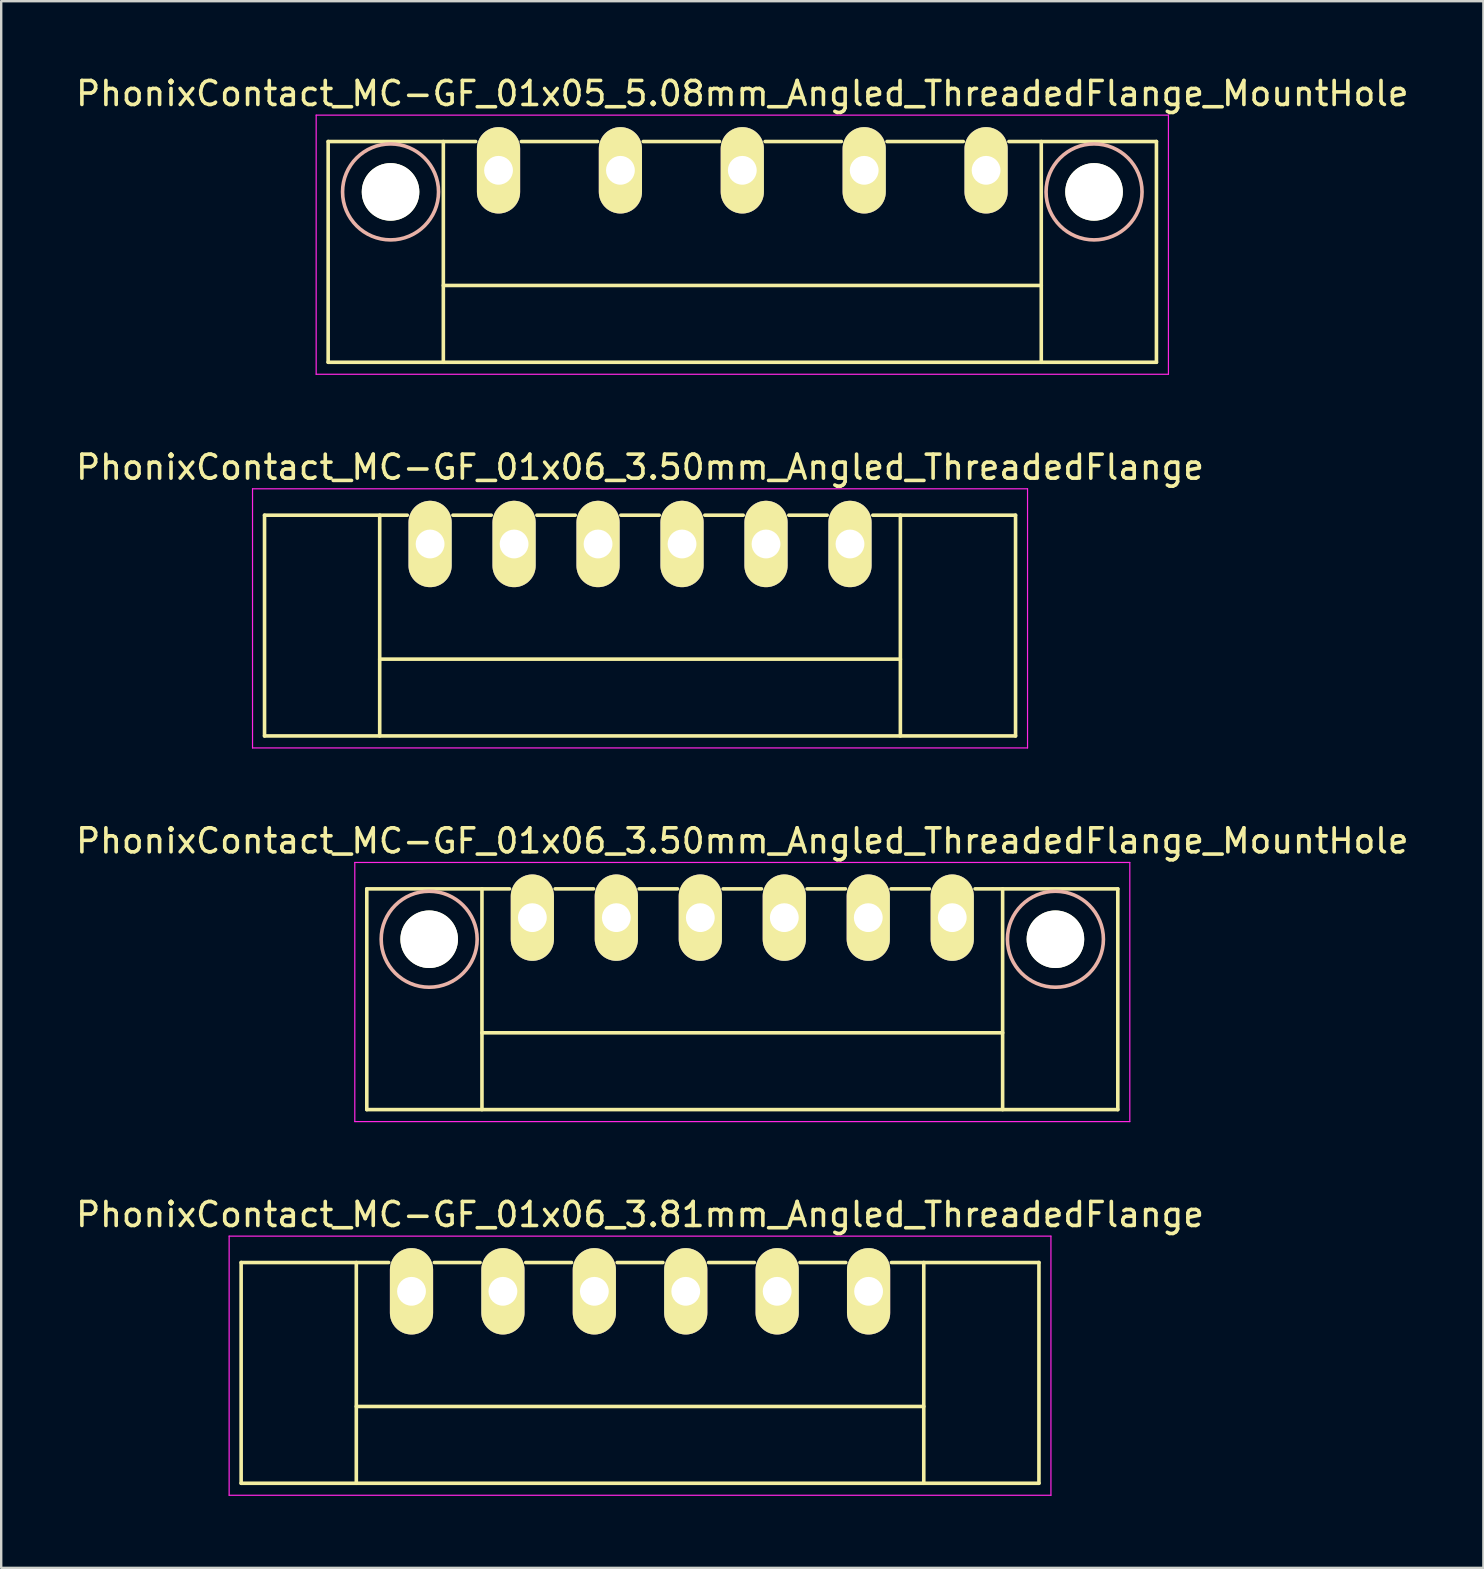
<source format=kicad_pcb>
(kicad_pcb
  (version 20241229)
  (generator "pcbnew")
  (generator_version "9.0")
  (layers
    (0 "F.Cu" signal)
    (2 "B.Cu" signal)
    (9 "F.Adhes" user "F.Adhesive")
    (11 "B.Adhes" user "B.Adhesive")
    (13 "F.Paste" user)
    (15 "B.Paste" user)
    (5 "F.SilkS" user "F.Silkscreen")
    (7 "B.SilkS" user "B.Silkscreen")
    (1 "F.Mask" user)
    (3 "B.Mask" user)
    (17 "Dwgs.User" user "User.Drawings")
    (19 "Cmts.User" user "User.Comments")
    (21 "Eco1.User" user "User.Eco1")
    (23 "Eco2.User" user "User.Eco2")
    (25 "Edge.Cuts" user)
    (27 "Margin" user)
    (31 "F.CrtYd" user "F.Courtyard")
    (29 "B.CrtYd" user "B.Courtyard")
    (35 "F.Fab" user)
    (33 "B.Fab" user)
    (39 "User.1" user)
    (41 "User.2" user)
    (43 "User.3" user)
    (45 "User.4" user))
  (footprint "PhonixContact_MC-GF_01x05_5.08mm_Angled_ThreadedFlange_MountHole"
    (layer "F.Cu")
    (at 17.727 4.048)
    (property "Reference" "PhonixContact_MC-GF_01x05_5.08mm_Angled_ThreadedFlange_MountHole" (at 10.16 -3.2 0) (layer "F.SilkS") (effects (font (size 1 1) (thickness 0.15))))
    (attr through_hole)
    (fp_line (start -7.1 -1.2) (end -7.1 8) (stroke (width 0.15) (type solid)) (layer "F.SilkS"))
    (fp_line (start -7.1 -1.2) (end -0.95 -1.2) (stroke (width 0.15) (type solid)) (layer "F.SilkS"))
    (fp_line (start -7.1 8) (end 27.42 8) (stroke (width 0.15) (type solid)) (layer "F.SilkS"))
    (fp_line (start -2.3 -1.2) (end -2.3 8) (stroke (width 0.15) (type solid)) (layer "F.SilkS"))
    (fp_line (start -2.3 4.8) (end 22.62 4.8) (stroke (width 0.15) (type solid)) (layer "F.SilkS"))
    (fp_line (start 0.95 -1.2) (end 4.13 -1.2) (stroke (width 0.15) (type solid)) (layer "F.SilkS"))
    (fp_line (start 6.03 -1.2) (end 9.21 -1.2) (stroke (width 0.15) (type solid)) (layer "F.SilkS"))
    (fp_line (start 11.11 -1.2) (end 14.29 -1.2) (stroke (width 0.15) (type solid)) (layer "F.SilkS"))
    (fp_line (start 16.19 -1.2) (end 19.37 -1.2) (stroke (width 0.15) (type solid)) (layer "F.SilkS"))
    (fp_line (start 22.62 -1.2) (end 22.62 8) (stroke (width 0.15) (type solid)) (layer "F.SilkS"))
    (fp_line (start 27.42 -1.2) (end 21.27 -1.2) (stroke (width 0.15) (type solid)) (layer "F.SilkS"))
    (fp_line (start 27.42 8) (end 27.42 -1.2) (stroke (width 0.15) (type solid)) (layer "F.SilkS"))
    (fp_circle (center -4.5 0.9) (end -2.5 0.9) (stroke (width 0.15) (type solid)) (fill no) (layer "B.SilkS"))
    (fp_circle (center 24.82 0.9) (end 26.82 0.9) (stroke (width 0.15) (type solid)) (fill no) (layer "B.SilkS"))
    (fp_line (start -7.6 -2.3) (end -7.6 8.5) (stroke (width 0.05) (type solid)) (layer "F.CrtYd"))
    (fp_line (start -7.6 8.5) (end 27.92 8.5) (stroke (width 0.05) (type solid)) (layer "F.CrtYd"))
    (fp_line (start 27.92 -2.3) (end -7.6 -2.3) (stroke (width 0.05) (type solid)) (layer "F.CrtYd"))
    (fp_line (start 27.92 8.5) (end 27.92 -2.3) (stroke (width 0.05) (type solid)) (layer "F.CrtYd"))
    (pad "" np_thru_hole circle (at -4.5 0.9) (size 2.4 2.4) (drill 2.4) (layers "*.Cu" "*.Mask" "F.SilkS"))
    (pad "" np_thru_hole circle (at 24.82 0.9) (size 2.4 2.4) (drill 2.4) (layers "*.Cu" "*.Mask" "F.SilkS"))
    (pad "1" thru_hole oval (at 0 0) (size 1.8 3.6) (drill 1.2) (layers "*.Cu" "*.Mask" "F.SilkS"))
    (pad "2" thru_hole oval (at 5.08 0) (size 1.8 3.6) (drill 1.2) (layers "*.Cu" "*.Mask" "F.SilkS"))
    (pad "3" thru_hole oval (at 10.16 0) (size 1.8 3.6) (drill 1.2) (layers "*.Cu" "*.Mask" "F.SilkS"))
    (pad "4" thru_hole oval (at 15.24 0) (size 1.8 3.6) (drill 1.2) (layers "*.Cu" "*.Mask" "F.SilkS"))
    (pad "5" thru_hole oval (at 20.32 0) (size 1.8 3.6) (drill 1.2) (layers "*.Cu" "*.Mask" "F.SilkS")))
  (footprint "PhonixContact_MC-GF_01x06_3.50mm_Angled_ThreadedFlange_MountHole"
    (layer "F.Cu")
    (at 19.137 35.195)
    (property "Reference" "PhonixContact_MC-GF_01x06_3.50mm_Angled_ThreadedFlange_MountHole" (at 8.75 -3.2 0) (layer "F.SilkS") (effects (font (size 1 1) (thickness 0.15))))
    (attr through_hole)
    (fp_line (start -6.9 -1.2) (end -6.9 8) (stroke (width 0.15) (type solid)) (layer "F.SilkS"))
    (fp_line (start -6.9 -1.2) (end -0.95 -1.2) (stroke (width 0.15) (type solid)) (layer "F.SilkS"))
    (fp_line (start -6.9 8) (end 24.4 8) (stroke (width 0.15) (type solid)) (layer "F.SilkS"))
    (fp_line (start -2.1 -1.2) (end -2.1 8) (stroke (width 0.15) (type solid)) (layer "F.SilkS"))
    (fp_line (start -2.1 4.8) (end 19.6 4.8) (stroke (width 0.15) (type solid)) (layer "F.SilkS"))
    (fp_line (start 0.95 -1.2) (end 2.55 -1.2) (stroke (width 0.15) (type solid)) (layer "F.SilkS"))
    (fp_line (start 4.45 -1.2) (end 6.05 -1.2) (stroke (width 0.15) (type solid)) (layer "F.SilkS"))
    (fp_line (start 7.95 -1.2) (end 9.55 -1.2) (stroke (width 0.15) (type solid)) (layer "F.SilkS"))
    (fp_line (start 11.45 -1.2) (end 13.05 -1.2) (stroke (width 0.15) (type solid)) (layer "F.SilkS"))
    (fp_line (start 14.95 -1.2) (end 16.55 -1.2) (stroke (width 0.15) (type solid)) (layer "F.SilkS"))
    (fp_line (start 19.6 -1.2) (end 19.6 8) (stroke (width 0.15) (type solid)) (layer "F.SilkS"))
    (fp_line (start 24.4 -1.2) (end 18.45 -1.2) (stroke (width 0.15) (type solid)) (layer "F.SilkS"))
    (fp_line (start 24.4 8) (end 24.4 -1.2) (stroke (width 0.15) (type solid)) (layer "F.SilkS"))
    (fp_circle (center -4.3 0.9) (end -2.3 0.9) (stroke (width 0.15) (type solid)) (fill no) (layer "B.SilkS"))
    (fp_circle (center 21.8 0.9) (end 23.8 0.9) (stroke (width 0.15) (type solid)) (fill no) (layer "B.SilkS"))
    (fp_line (start -7.4 -2.3) (end -7.4 8.5) (stroke (width 0.05) (type solid)) (layer "F.CrtYd"))
    (fp_line (start -7.4 8.5) (end 24.9 8.5) (stroke (width 0.05) (type solid)) (layer "F.CrtYd"))
    (fp_line (start 24.9 -2.3) (end -7.4 -2.3) (stroke (width 0.05) (type solid)) (layer "F.CrtYd"))
    (fp_line (start 24.9 8.5) (end 24.9 -2.3) (stroke (width 0.05) (type solid)) (layer "F.CrtYd"))
    (pad "" np_thru_hole circle (at -4.3 0.9) (size 2.4 2.4) (drill 2.4) (layers "*.Cu" "*.Mask" "F.SilkS"))
    (pad "" np_thru_hole circle (at 21.8 0.9) (size 2.4 2.4) (drill 2.4) (layers "*.Cu" "*.Mask" "F.SilkS"))
    (pad "1" thru_hole oval (at 0 0) (size 1.8 3.6) (drill 1.2) (layers "*.Cu" "*.Mask" "F.SilkS"))
    (pad "2" thru_hole oval (at 3.5 0) (size 1.8 3.6) (drill 1.2) (layers "*.Cu" "*.Mask" "F.SilkS"))
    (pad "3" thru_hole oval (at 7 0) (size 1.8 3.6) (drill 1.2) (layers "*.Cu" "*.Mask" "F.SilkS"))
    (pad "4" thru_hole oval (at 10.5 0) (size 1.8 3.6) (drill 1.2) (layers "*.Cu" "*.Mask" "F.SilkS"))
    (pad "5" thru_hole oval (at 14 0) (size 1.8 3.6) (drill 1.2) (layers "*.Cu" "*.Mask" "F.SilkS"))
    (pad "6" thru_hole oval (at 17.5 0) (size 1.8 3.6) (drill 1.2) (layers "*.Cu" "*.Mask" "F.SilkS")))
  (footprint "PhonixContact_MC-GF_01x06_3.50mm_Angled_ThreadedFlange"
    (layer "F.Cu")
    (at 14.875 19.622)
    (property "Reference" "PhonixContact_MC-GF_01x06_3.50mm_Angled_ThreadedFlange" (at 8.75 -3.2 0) (layer "F.SilkS") (effects (font (size 1 1) (thickness 0.15))))
    (attr through_hole)
    (fp_line (start -6.9 -1.2) (end -6.9 8) (stroke (width 0.15) (type solid)) (layer "F.SilkS"))
    (fp_line (start -6.9 -1.2) (end -0.95 -1.2) (stroke (width 0.15) (type solid)) (layer "F.SilkS"))
    (fp_line (start -6.9 8) (end 24.4 8) (stroke (width 0.15) (type solid)) (layer "F.SilkS"))
    (fp_line (start -2.1 -1.2) (end -2.1 8) (stroke (width 0.15) (type solid)) (layer "F.SilkS"))
    (fp_line (start -2.1 4.8) (end 19.6 4.8) (stroke (width 0.15) (type solid)) (layer "F.SilkS"))
    (fp_line (start 0.95 -1.2) (end 2.55 -1.2) (stroke (width 0.15) (type solid)) (layer "F.SilkS"))
    (fp_line (start 4.45 -1.2) (end 6.05 -1.2) (stroke (width 0.15) (type solid)) (layer "F.SilkS"))
    (fp_line (start 7.95 -1.2) (end 9.55 -1.2) (stroke (width 0.15) (type solid)) (layer "F.SilkS"))
    (fp_line (start 11.45 -1.2) (end 13.05 -1.2) (stroke (width 0.15) (type solid)) (layer "F.SilkS"))
    (fp_line (start 14.95 -1.2) (end 16.55 -1.2) (stroke (width 0.15) (type solid)) (layer "F.SilkS"))
    (fp_line (start 19.6 -1.2) (end 19.6 8) (stroke (width 0.15) (type solid)) (layer "F.SilkS"))
    (fp_line (start 24.4 -1.2) (end 18.45 -1.2) (stroke (width 0.15) (type solid)) (layer "F.SilkS"))
    (fp_line (start 24.4 8) (end 24.4 -1.2) (stroke (width 0.15) (type solid)) (layer "F.SilkS"))
    (fp_line (start -7.4 -2.3) (end -7.4 8.5) (stroke (width 0.05) (type solid)) (layer "F.CrtYd"))
    (fp_line (start -7.4 8.5) (end 24.9 8.5) (stroke (width 0.05) (type solid)) (layer "F.CrtYd"))
    (fp_line (start 24.9 -2.3) (end -7.4 -2.3) (stroke (width 0.05) (type solid)) (layer "F.CrtYd"))
    (fp_line (start 24.9 8.5) (end 24.9 -2.3) (stroke (width 0.05) (type solid)) (layer "F.CrtYd"))
    (pad "1" thru_hole oval (at 0 0) (size 1.8 3.6) (drill 1.2) (layers "*.Cu" "*.Mask" "F.SilkS"))
    (pad "2" thru_hole oval (at 3.5 0) (size 1.8 3.6) (drill 1.2) (layers "*.Cu" "*.Mask" "F.SilkS"))
    (pad "3" thru_hole oval (at 7 0) (size 1.8 3.6) (drill 1.2) (layers "*.Cu" "*.Mask" "F.SilkS"))
    (pad "4" thru_hole oval (at 10.5 0) (size 1.8 3.6) (drill 1.2) (layers "*.Cu" "*.Mask" "F.SilkS"))
    (pad "5" thru_hole oval (at 14 0) (size 1.8 3.6) (drill 1.2) (layers "*.Cu" "*.Mask" "F.SilkS"))
    (pad "6" thru_hole oval (at 17.5 0) (size 1.8 3.6) (drill 1.2) (layers "*.Cu" "*.Mask" "F.SilkS")))
  (footprint "PhonixContact_MC-GF_01x06_3.81mm_Angled_ThreadedFlange"
    (layer "F.Cu")
    (at 14.1 50.768)
    (property "Reference" "PhonixContact_MC-GF_01x06_3.81mm_Angled_ThreadedFlange" (at 9.525 -3.2 0) (layer "F.SilkS") (effects (font (size 1 1) (thickness 0.15))))
    (attr through_hole)
    (fp_line (start -7.1 -1.2) (end -7.1 8) (stroke (width 0.15) (type solid)) (layer "F.SilkS"))
    (fp_line (start -7.1 -1.2) (end -0.95 -1.2) (stroke (width 0.15) (type solid)) (layer "F.SilkS"))
    (fp_line (start -7.1 8) (end 26.15 8) (stroke (width 0.15) (type solid)) (layer "F.SilkS"))
    (fp_line (start -2.3 -1.2) (end -2.3 8) (stroke (width 0.15) (type solid)) (layer "F.SilkS"))
    (fp_line (start -2.3 4.8) (end 21.35 4.8) (stroke (width 0.15) (type solid)) (layer "F.SilkS"))
    (fp_line (start 0.95 -1.2) (end 2.86 -1.2) (stroke (width 0.15) (type solid)) (layer "F.SilkS"))
    (fp_line (start 4.76 -1.2) (end 6.67 -1.2) (stroke (width 0.15) (type solid)) (layer "F.SilkS"))
    (fp_line (start 8.57 -1.2) (end 10.48 -1.2) (stroke (width 0.15) (type solid)) (layer "F.SilkS"))
    (fp_line (start 12.38 -1.2) (end 14.29 -1.2) (stroke (width 0.15) (type solid)) (layer "F.SilkS"))
    (fp_line (start 16.19 -1.2) (end 18.1 -1.2) (stroke (width 0.15) (type solid)) (layer "F.SilkS"))
    (fp_line (start 21.35 -1.2) (end 21.35 8) (stroke (width 0.15) (type solid)) (layer "F.SilkS"))
    (fp_line (start 26.15 -1.2) (end 20 -1.2) (stroke (width 0.15) (type solid)) (layer "F.SilkS"))
    (fp_line (start 26.15 8) (end 26.15 -1.2) (stroke (width 0.15) (type solid)) (layer "F.SilkS"))
    (fp_line (start -7.6 -2.3) (end -7.6 8.5) (stroke (width 0.05) (type solid)) (layer "F.CrtYd"))
    (fp_line (start -7.6 8.5) (end 26.65 8.5) (stroke (width 0.05) (type solid)) (layer "F.CrtYd"))
    (fp_line (start 26.65 -2.3) (end -7.6 -2.3) (stroke (width 0.05) (type solid)) (layer "F.CrtYd"))
    (fp_line (start 26.65 8.5) (end 26.65 -2.3) (stroke (width 0.05) (type solid)) (layer "F.CrtYd"))
    (pad "1" thru_hole oval (at 0 0) (size 1.8 3.6) (drill 1.2) (layers "*.Cu" "*.Mask" "F.SilkS"))
    (pad "2" thru_hole oval (at 3.81 0) (size 1.8 3.6) (drill 1.2) (layers "*.Cu" "*.Mask" "F.SilkS"))
    (pad "3" thru_hole oval (at 7.62 0) (size 1.8 3.6) (drill 1.2) (layers "*.Cu" "*.Mask" "F.SilkS"))
    (pad "4" thru_hole oval (at 11.43 0) (size 1.8 3.6) (drill 1.2) (layers "*.Cu" "*.Mask" "F.SilkS"))
    (pad "5" thru_hole oval (at 15.24 0) (size 1.8 3.6) (drill 1.2) (layers "*.Cu" "*.Mask" "F.SilkS"))
    (pad "6" thru_hole oval (at 19.05 0) (size 1.8 3.6) (drill 1.2) (layers "*.Cu" "*.Mask" "F.SilkS")))
  (gr_rect
    (start -3 -3)
    (end 58.774 62.293)
    (stroke (width 0.1) (type default))
    (fill no)
    (layer "Edge.Cuts")))
</source>
